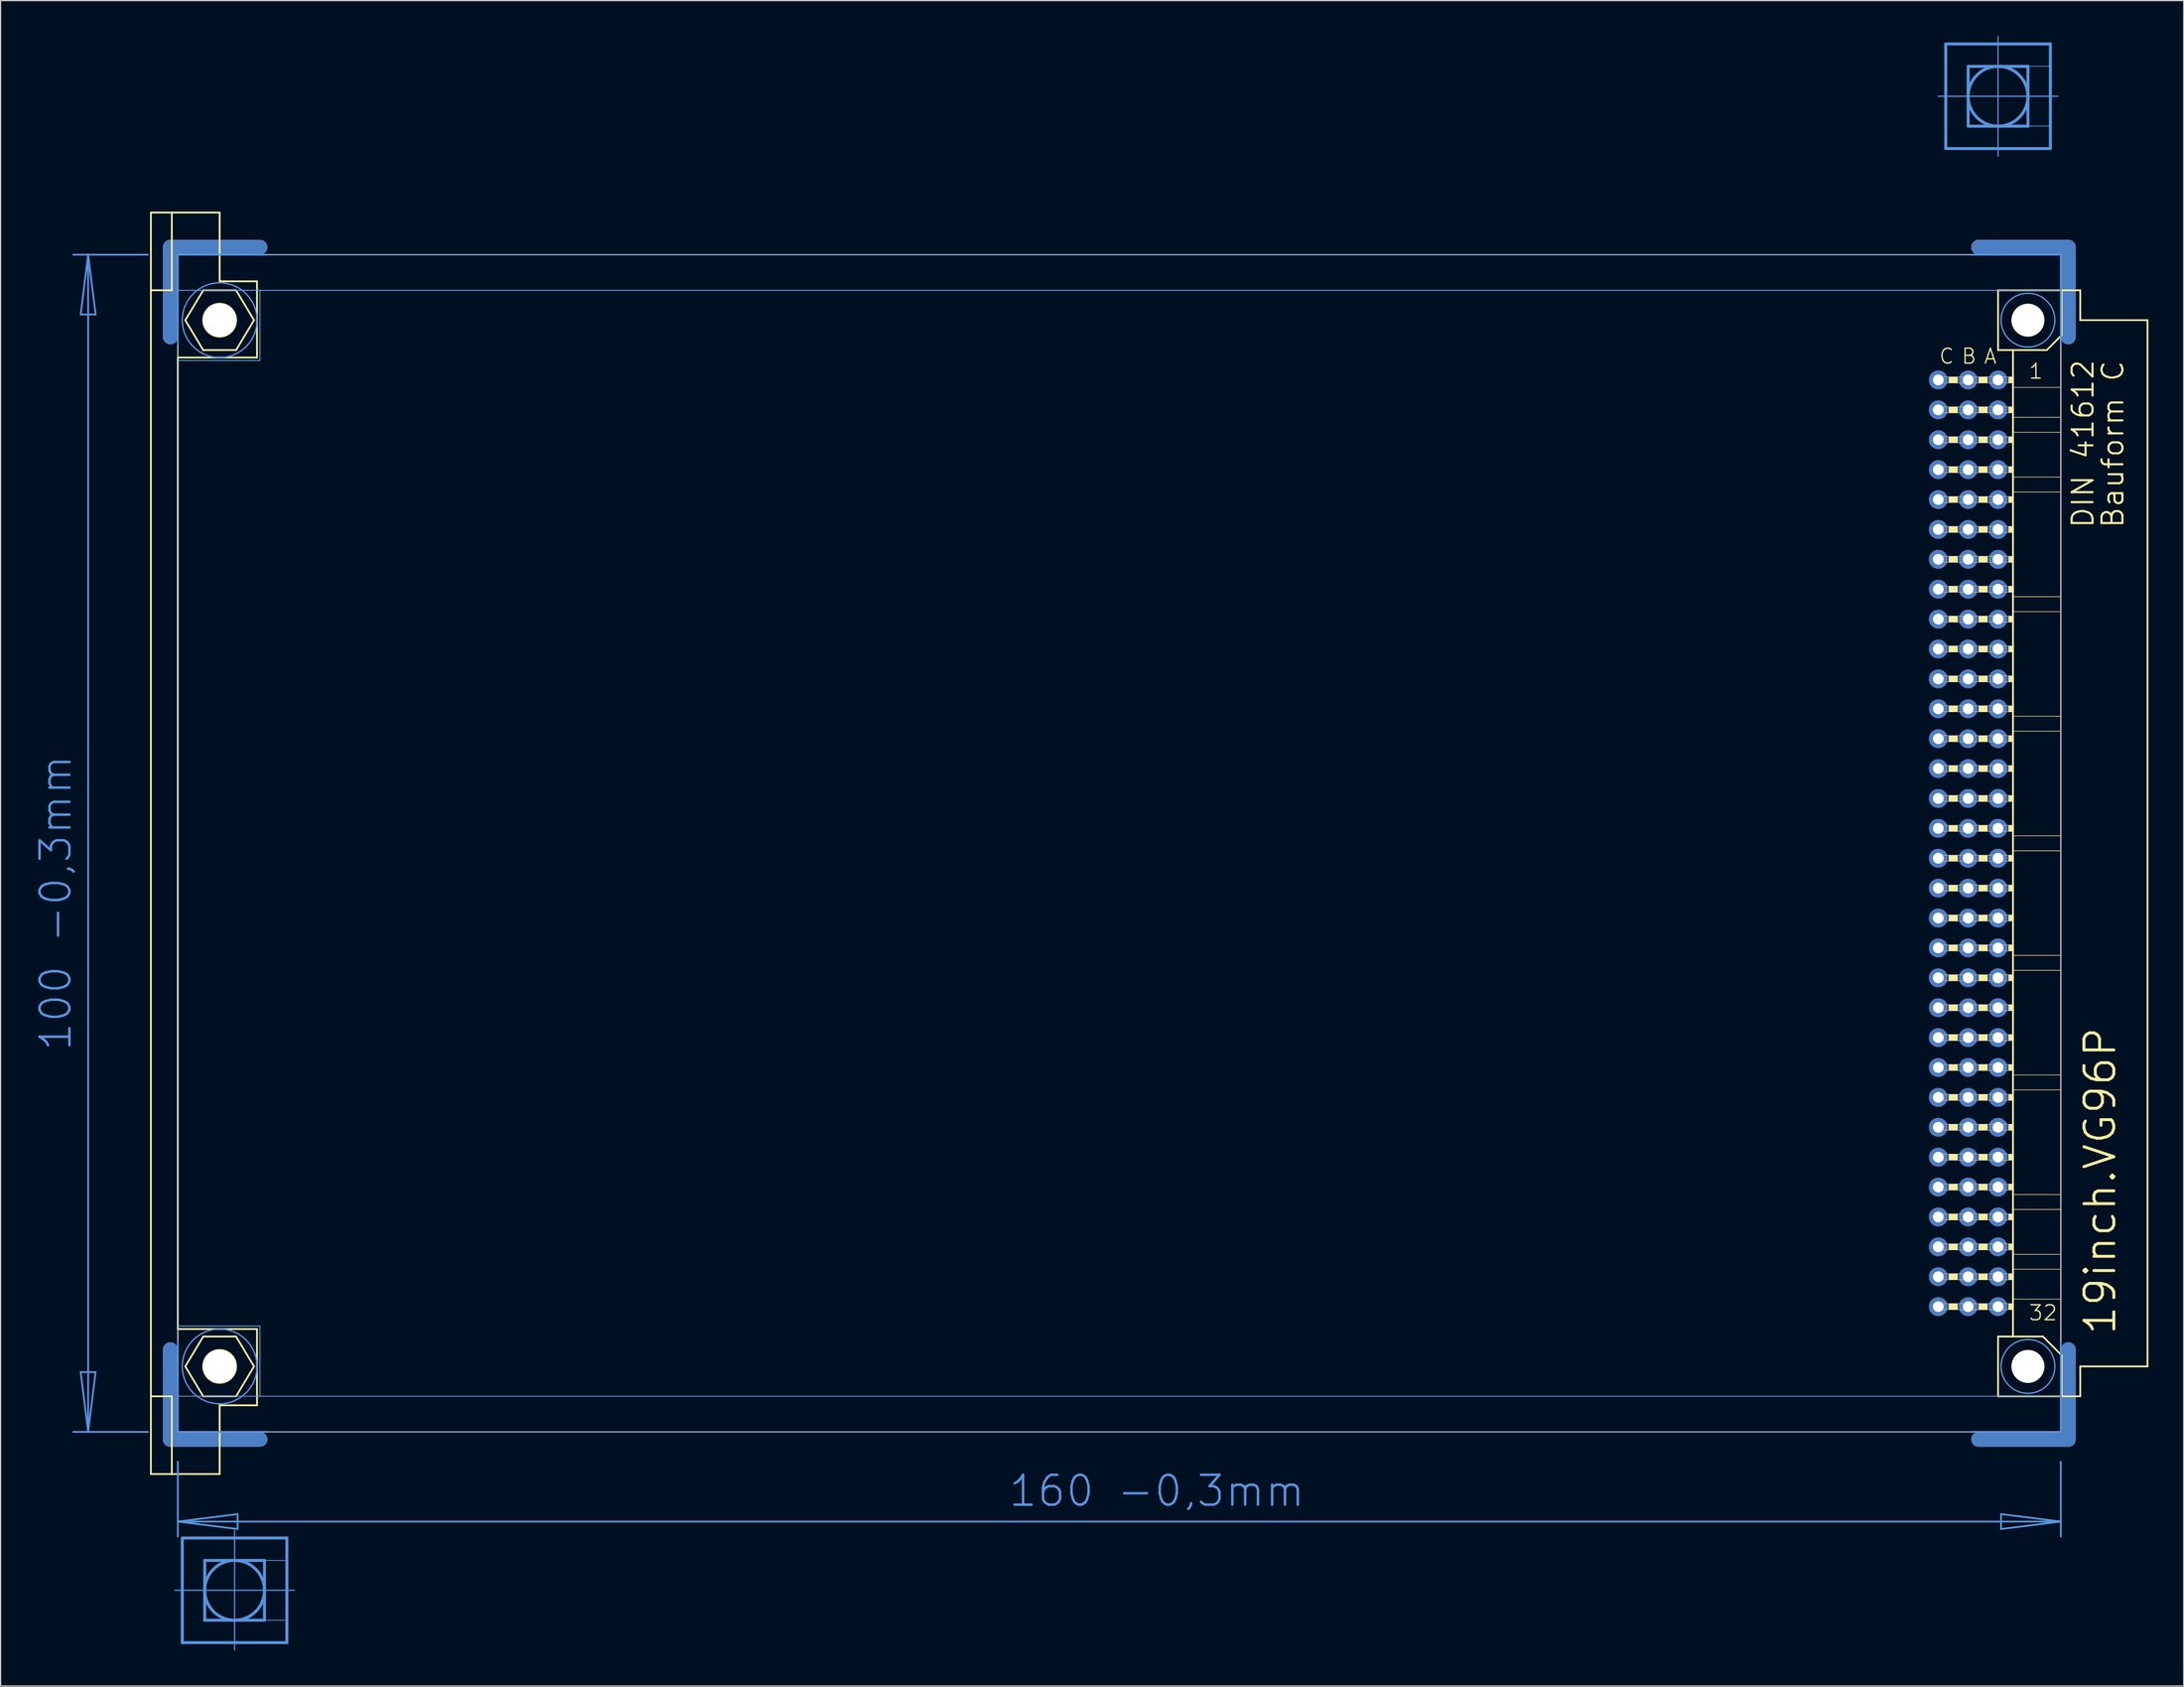
<source format=kicad_pcb>
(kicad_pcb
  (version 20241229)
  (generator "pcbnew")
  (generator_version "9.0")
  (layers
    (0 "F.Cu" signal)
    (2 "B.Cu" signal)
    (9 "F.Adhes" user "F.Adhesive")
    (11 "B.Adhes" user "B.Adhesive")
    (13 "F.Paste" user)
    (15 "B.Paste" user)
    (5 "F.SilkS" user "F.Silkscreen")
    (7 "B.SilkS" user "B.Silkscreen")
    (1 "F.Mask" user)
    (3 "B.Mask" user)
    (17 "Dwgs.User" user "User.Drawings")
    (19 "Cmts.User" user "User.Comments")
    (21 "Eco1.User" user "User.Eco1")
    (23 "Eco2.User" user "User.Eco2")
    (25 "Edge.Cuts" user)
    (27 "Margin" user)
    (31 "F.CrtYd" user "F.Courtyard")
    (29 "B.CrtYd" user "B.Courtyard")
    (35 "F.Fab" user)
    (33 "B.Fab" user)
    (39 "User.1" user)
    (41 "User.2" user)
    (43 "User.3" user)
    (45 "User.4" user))
  (footprint "19inch.VG96P"
    (layer "F.Cu")
    (at 11.806 68.605)
    (property "Reference" "19inch.VG96P" (at 165.1 41.91 90) (layer "F.SilkS") (effects (font (size 2.54 2.54) (thickness 0.25)) (justify left bottom)))
    (attr through_hole)
    (fp_line (start -0.381 -43.028) (end -0.381 -50.648) (stroke (width 1.27) (type default)) (layer "F.Cu"))
    (fp_line (start -0.381 43.028) (end -0.381 50.648) (stroke (width 1.27) (type default)) (layer "F.Cu"))
    (fp_line (start 7.239 -50.648) (end -0.381 -50.648) (stroke (width 1.27) (type default)) (layer "F.Cu"))
    (fp_line (start 7.239 50.648) (end -0.381 50.648) (stroke (width 1.27) (type default)) (layer "F.Cu"))
    (fp_line (start 153.289 -50.648) (end 160.909 -50.648) (stroke (width 1.27) (type default)) (layer "F.Cu"))
    (fp_line (start 153.289 50.648) (end 160.909 50.648) (stroke (width 1.27) (type default)) (layer "F.Cu"))
    (fp_line (start 160.909 -43.028) (end 160.909 -50.648) (stroke (width 1.27) (type default)) (layer "F.Cu"))
    (fp_line (start 160.909 43.028) (end 160.909 50.648) (stroke (width 1.27) (type default)) (layer "F.Cu"))
    (fp_line (start 0.254 -42.393) (end 0.254 -50.013) (stroke (width 0.152) (type default)) (layer "F.Mask"))
    (fp_line (start 0.254 42.393) (end 0.254 50.013) (stroke (width 0.152) (type default)) (layer "F.Mask"))
    (fp_line (start 7.874 -50.013) (end 0.254 -50.013) (stroke (width 0.152) (type default)) (layer "F.Mask"))
    (fp_line (start 7.874 50.013) (end 0.254 50.013) (stroke (width 0.152) (type default)) (layer "F.Mask"))
    (fp_line (start 152.654 -50.013) (end 160.274 -50.013) (stroke (width 0.152) (type default)) (layer "F.Mask"))
    (fp_line (start 152.654 50.013) (end 160.274 50.013) (stroke (width 0.152) (type default)) (layer "F.Mask"))
    (fp_line (start 160.274 -42.393) (end 160.274 -50.013) (stroke (width 0.152) (type default)) (layer "F.Mask"))
    (fp_line (start 160.274 42.393) (end 160.274 50.013) (stroke (width 0.152) (type default)) (layer "F.Mask"))
    (fp_line (start -0.381 -43.028) (end -0.381 -50.648) (stroke (width 1.27) (type default)) (layer "B.Cu"))
    (fp_line (start -0.381 43.028) (end -0.381 50.648) (stroke (width 1.27) (type default)) (layer "B.Cu"))
    (fp_line (start 7.239 -50.648) (end -0.381 -50.648) (stroke (width 1.27) (type default)) (layer "B.Cu"))
    (fp_line (start 7.239 50.648) (end -0.381 50.648) (stroke (width 1.27) (type default)) (layer "B.Cu"))
    (fp_line (start 153.289 -50.648) (end 160.909 -50.648) (stroke (width 1.27) (type default)) (layer "B.Cu"))
    (fp_line (start 153.289 50.648) (end 160.909 50.648) (stroke (width 1.27) (type default)) (layer "B.Cu"))
    (fp_line (start 160.909 -43.028) (end 160.909 -50.648) (stroke (width 1.27) (type default)) (layer "B.Cu"))
    (fp_line (start 160.909 43.028) (end 160.909 50.648) (stroke (width 1.27) (type default)) (layer "B.Cu"))
    (fp_line (start 0.254 -50.013) (end 7.874 -50.013) (stroke (width 0.152) (type default)) (layer "B.Mask"))
    (fp_line (start 0.254 -42.393) (end 0.254 -50.013) (stroke (width 0.152) (type default)) (layer "B.Mask"))
    (fp_line (start 0.254 50.013) (end 0.254 42.393) (stroke (width 0.152) (type default)) (layer "B.Mask"))
    (fp_line (start 7.874 50.013) (end 0.254 50.013) (stroke (width 0.152) (type default)) (layer "B.Mask"))
    (fp_line (start 152.654 -50.013) (end 160.274 -50.013) (stroke (width 0.152) (type default)) (layer "B.Mask"))
    (fp_line (start 160.274 -50.013) (end 160.274 -42.393) (stroke (width 0.152) (type default)) (layer "B.Mask"))
    (fp_line (start 160.274 42.393) (end 160.274 50.013) (stroke (width 0.152) (type default)) (layer "B.Mask"))
    (fp_line (start 160.274 50.013) (end 152.654 50.013) (stroke (width 0.152) (type default)) (layer "B.Mask"))
    (fp_line (start -2.032 -53.594) (end -0.254 -53.594) (stroke (width 0.152) (type default)) (layer "F.SilkS"))
    (fp_line (start -2.032 -46.99) (end -2.032 -53.594) (stroke (width 0.152) (type default)) (layer "F.SilkS"))
    (fp_line (start -2.032 -46.99) (end -0.254 -46.99) (stroke (width 0.152) (type default)) (layer "F.SilkS"))
    (fp_line (start -2.032 46.99) (end -2.032 -46.99) (stroke (width 0.152) (type default)) (layer "F.SilkS"))
    (fp_line (start -2.032 46.99) (end -0.254 46.99) (stroke (width 0.152) (type default)) (layer "F.SilkS"))
    (fp_line (start -2.032 53.594) (end -2.032 46.99) (stroke (width 0.152) (type default)) (layer "F.SilkS"))
    (fp_line (start -2.032 53.594) (end -0.254 53.594) (stroke (width 0.152) (type default)) (layer "F.SilkS"))
    (fp_line (start -0.254 -53.594) (end -0.254 -46.99) (stroke (width 0.152) (type default)) (layer "F.SilkS"))
    (fp_line (start -0.254 -53.594) (end 3.81 -53.594) (stroke (width 0.152) (type default)) (layer "F.SilkS"))
    (fp_line (start -0.254 53.594) (end -0.254 46.99) (stroke (width 0.152) (type default)) (layer "F.SilkS"))
    (fp_line (start -0.254 53.594) (end 3.81 53.594) (stroke (width 0.152) (type default)) (layer "F.SilkS"))
    (fp_line (start 0.254 -41.275) (end 0.254 41.275) (stroke (width 0.152) (type default)) (layer "F.SilkS"))
    (fp_line (start 0.254 -41.275) (end 6.985 -41.275) (stroke (width 0.152) (type default)) (layer "F.SilkS"))
    (fp_line (start 0.254 41.275) (end 6.985 41.275) (stroke (width 0.152) (type default)) (layer "F.SilkS"))
    (fp_line (start 0.889 -44.45) (end 2.413 -46.99) (stroke (width 0.152) (type default)) (layer "F.SilkS"))
    (fp_line (start 0.889 44.45) (end 2.413 46.99) (stroke (width 0.152) (type default)) (layer "F.SilkS"))
    (fp_line (start 2.413 -46.99) (end 5.207 -46.99) (stroke (width 0.152) (type default)) (layer "F.SilkS"))
    (fp_line (start 2.413 -41.91) (end 0.889 -44.45) (stroke (width 0.152) (type default)) (layer "F.SilkS"))
    (fp_line (start 2.413 41.91) (end 0.889 44.45) (stroke (width 0.152) (type default)) (layer "F.SilkS"))
    (fp_line (start 2.413 46.99) (end 5.207 46.99) (stroke (width 0.152) (type default)) (layer "F.SilkS"))
    (fp_line (start 3.81 -53.594) (end 3.81 -47.752) (stroke (width 0.152) (type default)) (layer "F.SilkS"))
    (fp_line (start 3.81 -47.752) (end 6.985 -47.752) (stroke (width 0.152) (type default)) (layer "F.SilkS"))
    (fp_line (start 3.81 47.752) (end 6.985 47.752) (stroke (width 0.152) (type default)) (layer "F.SilkS"))
    (fp_line (start 3.81 53.594) (end 3.81 47.752) (stroke (width 0.152) (type default)) (layer "F.SilkS"))
    (fp_line (start 5.207 -46.99) (end 6.731 -44.45) (stroke (width 0.152) (type default)) (layer "F.SilkS"))
    (fp_line (start 5.207 -41.91) (end 2.413 -41.91) (stroke (width 0.152) (type default)) (layer "F.SilkS"))
    (fp_line (start 5.207 41.91) (end 2.413 41.91) (stroke (width 0.152) (type default)) (layer "F.SilkS"))
    (fp_line (start 5.207 46.99) (end 6.731 44.45) (stroke (width 0.152) (type default)) (layer "F.SilkS"))
    (fp_line (start 6.731 -44.45) (end 5.207 -41.91) (stroke (width 0.152) (type default)) (layer "F.SilkS"))
    (fp_line (start 6.731 44.45) (end 5.207 41.91) (stroke (width 0.152) (type default)) (layer "F.SilkS"))
    (fp_line (start 6.985 -47.752) (end 6.985 -41.275) (stroke (width 0.152) (type default)) (layer "F.SilkS"))
    (fp_line (start 6.985 47.752) (end 6.985 41.275) (stroke (width 0.152) (type default)) (layer "F.SilkS"))
    (fp_line (start 154.94 -46.99) (end 154.94 -41.91) (stroke (width 0.152) (type default)) (layer "F.SilkS"))
    (fp_line (start 154.94 -41.91) (end 156.21 -41.91) (stroke (width 0.152) (type default)) (layer "F.SilkS"))
    (fp_line (start 154.94 41.91) (end 154.94 46.99) (stroke (width 0.152) (type default)) (layer "F.SilkS"))
    (fp_line (start 154.94 41.91) (end 156.21 41.91) (stroke (width 0.152) (type default)) (layer "F.SilkS"))
    (fp_line (start 154.94 46.99) (end 160.35 46.99) (stroke (width 0.152) (type default)) (layer "F.SilkS"))
    (fp_line (start 156.21 -41.91) (end 156.21 -38.735) (stroke (width 0.152) (type default)) (layer "F.SilkS"))
    (fp_line (start 156.21 -41.91) (end 159.08 -41.91) (stroke (width 0.152) (type default)) (layer "F.SilkS"))
    (fp_line (start 156.21 -38.735) (end 156.21 -36.195) (stroke (width 0.152) (type default)) (layer "F.SilkS"))
    (fp_line (start 156.21 -36.195) (end 156.21 -34.925) (stroke (width 0.152) (type default)) (layer "F.SilkS"))
    (fp_line (start 156.21 -34.925) (end 156.21 -31.115) (stroke (width 0.152) (type default)) (layer "F.SilkS"))
    (fp_line (start 156.21 -31.115) (end 156.21 -29.845) (stroke (width 0.152) (type default)) (layer "F.SilkS"))
    (fp_line (start 156.21 -29.845) (end 156.21 -20.955) (stroke (width 0.152) (type default)) (layer "F.SilkS"))
    (fp_line (start 156.21 -20.955) (end 156.21 -19.685) (stroke (width 0.152) (type default)) (layer "F.SilkS"))
    (fp_line (start 156.21 -19.685) (end 156.21 -10.795) (stroke (width 0.152) (type default)) (layer "F.SilkS"))
    (fp_line (start 156.21 -10.795) (end 156.21 -9.525) (stroke (width 0.152) (type default)) (layer "F.SilkS"))
    (fp_line (start 156.21 -9.525) (end 156.21 -0.635) (stroke (width 0.152) (type default)) (layer "F.SilkS"))
    (fp_line (start 156.21 -0.635) (end 156.21 0.635) (stroke (width 0.152) (type default)) (layer "F.SilkS"))
    (fp_line (start 156.21 0.635) (end 156.21 9.525) (stroke (width 0.152) (type default)) (layer "F.SilkS"))
    (fp_line (start 156.21 9.525) (end 156.21 10.795) (stroke (width 0.152) (type default)) (layer "F.SilkS"))
    (fp_line (start 156.21 10.795) (end 156.21 19.685) (stroke (width 0.152) (type default)) (layer "F.SilkS"))
    (fp_line (start 156.21 19.685) (end 156.21 20.955) (stroke (width 0.152) (type default)) (layer "F.SilkS"))
    (fp_line (start 156.21 20.955) (end 156.21 29.845) (stroke (width 0.152) (type default)) (layer "F.SilkS"))
    (fp_line (start 156.21 29.845) (end 156.21 31.115) (stroke (width 0.152) (type default)) (layer "F.SilkS"))
    (fp_line (start 156.21 31.115) (end 156.21 34.925) (stroke (width 0.152) (type default)) (layer "F.SilkS"))
    (fp_line (start 156.21 34.925) (end 156.21 36.195) (stroke (width 0.152) (type default)) (layer "F.SilkS"))
    (fp_line (start 156.21 36.195) (end 156.21 38.735) (stroke (width 0.152) (type default)) (layer "F.SilkS"))
    (fp_line (start 156.21 38.735) (end 156.21 41.91) (stroke (width 0.152) (type default)) (layer "F.SilkS"))
    (fp_line (start 156.21 41.91) (end 158.75 41.91) (stroke (width 0.152) (type default)) (layer "F.SilkS"))
    (fp_line (start 159.08 -41.91) (end 160.35 -43.18) (stroke (width 0.152) (type default)) (layer "F.SilkS"))
    (fp_line (start 160.274 -38.735) (end 156.21 -38.735) (stroke (width 0.051) (type default)) (layer "F.SilkS"))
    (fp_line (start 160.274 -38.735) (end 160.274 -36.195) (stroke (width 0.051) (type default)) (layer "F.SilkS"))
    (fp_line (start 160.274 -36.195) (end 156.21 -36.195) (stroke (width 0.051) (type default)) (layer "F.SilkS"))
    (fp_line (start 160.274 -34.925) (end 156.21 -34.925) (stroke (width 0.051) (type default)) (layer "F.SilkS"))
    (fp_line (start 160.274 -34.925) (end 160.274 -31.115) (stroke (width 0.051) (type default)) (layer "F.SilkS"))
    (fp_line (start 160.274 -31.115) (end 156.21 -31.115) (stroke (width 0.051) (type default)) (layer "F.SilkS"))
    (fp_line (start 160.274 -29.845) (end 156.21 -29.845) (stroke (width 0.051) (type default)) (layer "F.SilkS"))
    (fp_line (start 160.274 -29.845) (end 160.274 -20.955) (stroke (width 0.051) (type default)) (layer "F.SilkS"))
    (fp_line (start 160.274 -20.955) (end 156.21 -20.955) (stroke (width 0.051) (type default)) (layer "F.SilkS"))
    (fp_line (start 160.274 -19.685) (end 156.21 -19.685) (stroke (width 0.051) (type default)) (layer "F.SilkS"))
    (fp_line (start 160.274 -19.685) (end 160.274 -10.795) (stroke (width 0.051) (type default)) (layer "F.SilkS"))
    (fp_line (start 160.274 -10.795) (end 156.21 -10.795) (stroke (width 0.051) (type default)) (layer "F.SilkS"))
    (fp_line (start 160.274 -9.525) (end 156.21 -9.525) (stroke (width 0.051) (type default)) (layer "F.SilkS"))
    (fp_line (start 160.274 -9.525) (end 160.274 -0.635) (stroke (width 0.051) (type default)) (layer "F.SilkS"))
    (fp_line (start 160.274 -0.635) (end 156.21 -0.635) (stroke (width 0.051) (type default)) (layer "F.SilkS"))
    (fp_line (start 160.274 0.635) (end 156.21 0.635) (stroke (width 0.051) (type default)) (layer "F.SilkS"))
    (fp_line (start 160.274 0.635) (end 160.274 9.525) (stroke (width 0.051) (type default)) (layer "F.SilkS"))
    (fp_line (start 160.274 9.525) (end 156.21 9.525) (stroke (width 0.051) (type default)) (layer "F.SilkS"))
    (fp_line (start 160.274 10.795) (end 156.21 10.795) (stroke (width 0.051) (type default)) (layer "F.SilkS"))
    (fp_line (start 160.274 10.795) (end 160.274 19.685) (stroke (width 0.051) (type default)) (layer "F.SilkS"))
    (fp_line (start 160.274 19.685) (end 156.21 19.685) (stroke (width 0.051) (type default)) (layer "F.SilkS"))
    (fp_line (start 160.274 20.955) (end 156.21 20.955) (stroke (width 0.051) (type default)) (layer "F.SilkS"))
    (fp_line (start 160.274 20.955) (end 160.274 29.845) (stroke (width 0.051) (type default)) (layer "F.SilkS"))
    (fp_line (start 160.274 29.845) (end 156.21 29.845) (stroke (width 0.051) (type default)) (layer "F.SilkS"))
    (fp_line (start 160.274 31.115) (end 156.21 31.115) (stroke (width 0.051) (type default)) (layer "F.SilkS"))
    (fp_line (start 160.274 31.115) (end 160.274 34.925) (stroke (width 0.051) (type default)) (layer "F.SilkS"))
    (fp_line (start 160.274 34.925) (end 156.21 34.925) (stroke (width 0.051) (type default)) (layer "F.SilkS"))
    (fp_line (start 160.274 36.195) (end 156.21 36.195) (stroke (width 0.051) (type default)) (layer "F.SilkS"))
    (fp_line (start 160.274 36.195) (end 160.274 38.735) (stroke (width 0.051) (type default)) (layer "F.SilkS"))
    (fp_line (start 160.274 38.735) (end 156.21 38.735) (stroke (width 0.051) (type default)) (layer "F.SilkS"))
    (fp_line (start 160.35 -46.99) (end 154.94 -46.99) (stroke (width 0.152) (type default)) (layer "F.SilkS"))
    (fp_line (start 160.35 -43.18) (end 160.35 -46.99) (stroke (width 0.152) (type default)) (layer "F.SilkS"))
    (fp_line (start 160.35 43.51) (end 158.75 41.91) (stroke (width 0.152) (type default)) (layer "F.SilkS"))
    (fp_line (start 160.35 43.51) (end 160.35 46.99) (stroke (width 0.152) (type default)) (layer "F.SilkS"))
    (fp_line (start 160.35 46.99) (end 161.925 46.99) (stroke (width 0.152) (type default)) (layer "F.SilkS"))
    (fp_line (start 161.925 -46.99) (end 160.35 -46.99) (stroke (width 0.152) (type default)) (layer "F.SilkS"))
    (fp_line (start 161.925 -44.45) (end 161.925 -46.99) (stroke (width 0.152) (type default)) (layer "F.SilkS"))
    (fp_line (start 161.925 44.45) (end 167.64 44.45) (stroke (width 0.152) (type default)) (layer "F.SilkS"))
    (fp_line (start 161.925 46.99) (end 161.925 44.45) (stroke (width 0.152) (type default)) (layer "F.SilkS"))
    (fp_line (start 167.64 -44.45) (end 161.925 -44.45) (stroke (width 0.152) (type default)) (layer "F.SilkS"))
    (fp_line (start 167.64 44.45) (end 167.64 -44.45) (stroke (width 0.152) (type default)) (layer "F.SilkS"))
    (fp_rect (start 150.749 -39.116) (end 151.511 -39.624) (stroke (width 0.05) (type default)) (fill yes) (layer "F.SilkS"))
    (fp_rect (start 150.749 -36.576) (end 151.511 -37.084) (stroke (width 0.05) (type default)) (fill yes) (layer "F.SilkS"))
    (fp_rect (start 150.749 -34.036) (end 151.511 -34.544) (stroke (width 0.05) (type default)) (fill yes) (layer "F.SilkS"))
    (fp_rect (start 150.749 -31.496) (end 151.511 -32.004) (stroke (width 0.05) (type default)) (fill yes) (layer "F.SilkS"))
    (fp_rect (start 150.749 -28.956) (end 151.511 -29.464) (stroke (width 0.05) (type default)) (fill yes) (layer "F.SilkS"))
    (fp_rect (start 150.749 -26.416) (end 151.511 -26.924) (stroke (width 0.05) (type default)) (fill yes) (layer "F.SilkS"))
    (fp_rect (start 150.749 -23.876) (end 151.511 -24.384) (stroke (width 0.05) (type default)) (fill yes) (layer "F.SilkS"))
    (fp_rect (start 150.749 -21.336) (end 151.511 -21.844) (stroke (width 0.05) (type default)) (fill yes) (layer "F.SilkS"))
    (fp_rect (start 150.749 -18.796) (end 151.511 -19.304) (stroke (width 0.05) (type default)) (fill yes) (layer "F.SilkS"))
    (fp_rect (start 150.749 -16.256) (end 151.511 -16.764) (stroke (width 0.05) (type default)) (fill yes) (layer "F.SilkS"))
    (fp_rect (start 150.749 -13.716) (end 151.511 -14.224) (stroke (width 0.05) (type default)) (fill yes) (layer "F.SilkS"))
    (fp_rect (start 150.749 -11.176) (end 151.511 -11.684) (stroke (width 0.05) (type default)) (fill yes) (layer "F.SilkS"))
    (fp_rect (start 150.749 -8.636) (end 151.511 -9.144) (stroke (width 0.05) (type default)) (fill yes) (layer "F.SilkS"))
    (fp_rect (start 150.749 -6.096) (end 151.511 -6.604) (stroke (width 0.05) (type default)) (fill yes) (layer "F.SilkS"))
    (fp_rect (start 150.749 -3.556) (end 151.511 -4.064) (stroke (width 0.05) (type default)) (fill yes) (layer "F.SilkS"))
    (fp_rect (start 150.749 -1.016) (end 151.511 -1.524) (stroke (width 0.05) (type default)) (fill yes) (layer "F.SilkS"))
    (fp_rect (start 150.749 1.524) (end 151.511 1.016) (stroke (width 0.05) (type default)) (fill yes) (layer "F.SilkS"))
    (fp_rect (start 150.749 4.064) (end 151.511 3.556) (stroke (width 0.05) (type default)) (fill yes) (layer "F.SilkS"))
    (fp_rect (start 150.749 6.604) (end 151.511 6.096) (stroke (width 0.05) (type default)) (fill yes) (layer "F.SilkS"))
    (fp_rect (start 150.749 9.144) (end 151.511 8.636) (stroke (width 0.05) (type default)) (fill yes) (layer "F.SilkS"))
    (fp_rect (start 150.749 11.684) (end 151.511 11.176) (stroke (width 0.05) (type default)) (fill yes) (layer "F.SilkS"))
    (fp_rect (start 150.749 14.224) (end 151.511 13.716) (stroke (width 0.05) (type default)) (fill yes) (layer "F.SilkS"))
    (fp_rect (start 150.749 16.764) (end 151.511 16.256) (stroke (width 0.05) (type default)) (fill yes) (layer "F.SilkS"))
    (fp_rect (start 150.749 19.304) (end 151.511 18.796) (stroke (width 0.05) (type default)) (fill yes) (layer "F.SilkS"))
    (fp_rect (start 150.749 21.844) (end 151.511 21.336) (stroke (width 0.05) (type default)) (fill yes) (layer "F.SilkS"))
    (fp_rect (start 150.749 24.384) (end 151.511 23.876) (stroke (width 0.05) (type default)) (fill yes) (layer "F.SilkS"))
    (fp_rect (start 150.749 26.924) (end 151.511 26.416) (stroke (width 0.05) (type default)) (fill yes) (layer "F.SilkS"))
    (fp_rect (start 150.749 29.464) (end 151.511 28.956) (stroke (width 0.05) (type default)) (fill yes) (layer "F.SilkS"))
    (fp_rect (start 150.749 32.004) (end 151.511 31.496) (stroke (width 0.05) (type default)) (fill yes) (layer "F.SilkS"))
    (fp_rect (start 150.749 34.544) (end 151.511 34.036) (stroke (width 0.05) (type default)) (fill yes) (layer "F.SilkS"))
    (fp_rect (start 150.749 37.084) (end 151.511 36.576) (stroke (width 0.05) (type default)) (fill yes) (layer "F.SilkS"))
    (fp_rect (start 150.749 39.624) (end 151.511 39.116) (stroke (width 0.05) (type default)) (fill yes) (layer "F.SilkS"))
    (fp_rect (start 153.289 -39.116) (end 154.051 -39.624) (stroke (width 0.05) (type default)) (fill yes) (layer "F.SilkS"))
    (fp_rect (start 153.289 -36.576) (end 154.051 -37.084) (stroke (width 0.05) (type default)) (fill yes) (layer "F.SilkS"))
    (fp_rect (start 153.289 -34.036) (end 154.051 -34.544) (stroke (width 0.05) (type default)) (fill yes) (layer "F.SilkS"))
    (fp_rect (start 153.289 -31.496) (end 154.051 -32.004) (stroke (width 0.05) (type default)) (fill yes) (layer "F.SilkS"))
    (fp_rect (start 153.289 -28.956) (end 154.051 -29.464) (stroke (width 0.05) (type default)) (fill yes) (layer "F.SilkS"))
    (fp_rect (start 153.289 -26.416) (end 154.051 -26.924) (stroke (width 0.05) (type default)) (fill yes) (layer "F.SilkS"))
    (fp_rect (start 153.289 -23.876) (end 154.051 -24.384) (stroke (width 0.05) (type default)) (fill yes) (layer "F.SilkS"))
    (fp_rect (start 153.289 -21.336) (end 154.051 -21.844) (stroke (width 0.05) (type default)) (fill yes) (layer "F.SilkS"))
    (fp_rect (start 153.289 -18.796) (end 154.051 -19.304) (stroke (width 0.05) (type default)) (fill yes) (layer "F.SilkS"))
    (fp_rect (start 153.289 -16.256) (end 154.051 -16.764) (stroke (width 0.05) (type default)) (fill yes) (layer "F.SilkS"))
    (fp_rect (start 153.289 -13.716) (end 154.051 -14.224) (stroke (width 0.05) (type default)) (fill yes) (layer "F.SilkS"))
    (fp_rect (start 153.289 -11.176) (end 154.051 -11.684) (stroke (width 0.05) (type default)) (fill yes) (layer "F.SilkS"))
    (fp_rect (start 153.289 -8.636) (end 154.051 -9.144) (stroke (width 0.05) (type default)) (fill yes) (layer "F.SilkS"))
    (fp_rect (start 153.289 -6.096) (end 154.051 -6.604) (stroke (width 0.05) (type default)) (fill yes) (layer "F.SilkS"))
    (fp_rect (start 153.289 -3.556) (end 154.051 -4.064) (stroke (width 0.05) (type default)) (fill yes) (layer "F.SilkS"))
    (fp_rect (start 153.289 -1.016) (end 154.051 -1.524) (stroke (width 0.05) (type default)) (fill yes) (layer "F.SilkS"))
    (fp_rect (start 153.289 1.524) (end 154.051 1.016) (stroke (width 0.05) (type default)) (fill yes) (layer "F.SilkS"))
    (fp_rect (start 153.289 4.064) (end 154.051 3.556) (stroke (width 0.05) (type default)) (fill yes) (layer "F.SilkS"))
    (fp_rect (start 153.289 6.604) (end 154.051 6.096) (stroke (width 0.05) (type default)) (fill yes) (layer "F.SilkS"))
    (fp_rect (start 153.289 9.144) (end 154.051 8.636) (stroke (width 0.05) (type default)) (fill yes) (layer "F.SilkS"))
    (fp_rect (start 153.289 11.684) (end 154.051 11.176) (stroke (width 0.05) (type default)) (fill yes) (layer "F.SilkS"))
    (fp_rect (start 153.289 14.224) (end 154.051 13.716) (stroke (width 0.05) (type default)) (fill yes) (layer "F.SilkS"))
    (fp_rect (start 153.289 16.764) (end 154.051 16.256) (stroke (width 0.05) (type default)) (fill yes) (layer "F.SilkS"))
    (fp_rect (start 153.289 19.304) (end 154.051 18.796) (stroke (width 0.05) (type default)) (fill yes) (layer "F.SilkS"))
    (fp_rect (start 153.289 21.844) (end 154.051 21.336) (stroke (width 0.05) (type default)) (fill yes) (layer "F.SilkS"))
    (fp_rect (start 153.289 24.384) (end 154.051 23.876) (stroke (width 0.05) (type default)) (fill yes) (layer "F.SilkS"))
    (fp_rect (start 153.289 26.924) (end 154.051 26.416) (stroke (width 0.05) (type default)) (fill yes) (layer "F.SilkS"))
    (fp_rect (start 153.289 29.464) (end 154.051 28.956) (stroke (width 0.05) (type default)) (fill yes) (layer "F.SilkS"))
    (fp_rect (start 153.289 32.004) (end 154.051 31.496) (stroke (width 0.05) (type default)) (fill yes) (layer "F.SilkS"))
    (fp_rect (start 153.289 34.544) (end 154.051 34.036) (stroke (width 0.05) (type default)) (fill yes) (layer "F.SilkS"))
    (fp_rect (start 153.289 37.084) (end 154.051 36.576) (stroke (width 0.05) (type default)) (fill yes) (layer "F.SilkS"))
    (fp_rect (start 153.289 39.624) (end 154.051 39.116) (stroke (width 0.05) (type default)) (fill yes) (layer "F.SilkS"))
    (fp_rect (start 155.829 -39.116) (end 156.21 -39.624) (stroke (width 0.05) (type default)) (fill yes) (layer "F.SilkS"))
    (fp_rect (start 155.829 -36.576) (end 156.21 -37.084) (stroke (width 0.05) (type default)) (fill yes) (layer "F.SilkS"))
    (fp_rect (start 155.829 -34.036) (end 156.21 -34.544) (stroke (width 0.05) (type default)) (fill yes) (layer "F.SilkS"))
    (fp_rect (start 155.829 -31.496) (end 156.21 -32.004) (stroke (width 0.05) (type default)) (fill yes) (layer "F.SilkS"))
    (fp_rect (start 155.829 -28.956) (end 156.21 -29.464) (stroke (width 0.05) (type default)) (fill yes) (layer "F.SilkS"))
    (fp_rect (start 155.829 -26.416) (end 156.21 -26.924) (stroke (width 0.05) (type default)) (fill yes) (layer "F.SilkS"))
    (fp_rect (start 155.829 -23.876) (end 156.21 -24.384) (stroke (width 0.05) (type default)) (fill yes) (layer "F.SilkS"))
    (fp_rect (start 155.829 -21.336) (end 156.21 -21.844) (stroke (width 0.05) (type default)) (fill yes) (layer "F.SilkS"))
    (fp_rect (start 155.829 -18.796) (end 156.21 -19.304) (stroke (width 0.05) (type default)) (fill yes) (layer "F.SilkS"))
    (fp_rect (start 155.829 -16.256) (end 156.21 -16.764) (stroke (width 0.05) (type default)) (fill yes) (layer "F.SilkS"))
    (fp_rect (start 155.829 -13.716) (end 156.21 -14.224) (stroke (width 0.05) (type default)) (fill yes) (layer "F.SilkS"))
    (fp_rect (start 155.829 -11.176) (end 156.21 -11.684) (stroke (width 0.05) (type default)) (fill yes) (layer "F.SilkS"))
    (fp_rect (start 155.829 -8.636) (end 156.21 -9.144) (stroke (width 0.05) (type default)) (fill yes) (layer "F.SilkS"))
    (fp_rect (start 155.829 -6.096) (end 156.21 -6.604) (stroke (width 0.05) (type default)) (fill yes) (layer "F.SilkS"))
    (fp_rect (start 155.829 -3.556) (end 156.21 -4.064) (stroke (width 0.05) (type default)) (fill yes) (layer "F.SilkS"))
    (fp_rect (start 155.829 -1.016) (end 156.21 -1.524) (stroke (width 0.05) (type default)) (fill yes) (layer "F.SilkS"))
    (fp_rect (start 155.829 1.524) (end 156.21 1.016) (stroke (width 0.05) (type default)) (fill yes) (layer "F.SilkS"))
    (fp_rect (start 155.829 4.064) (end 156.21 3.556) (stroke (width 0.05) (type default)) (fill yes) (layer "F.SilkS"))
    (fp_rect (start 155.829 6.604) (end 156.21 6.096) (stroke (width 0.05) (type default)) (fill yes) (layer "F.SilkS"))
    (fp_rect (start 155.829 9.144) (end 156.21 8.636) (stroke (width 0.05) (type default)) (fill yes) (layer "F.SilkS"))
    (fp_rect (start 155.829 11.684) (end 156.21 11.176) (stroke (width 0.05) (type default)) (fill yes) (layer "F.SilkS"))
    (fp_rect (start 155.829 14.224) (end 156.21 13.716) (stroke (width 0.05) (type default)) (fill yes) (layer "F.SilkS"))
    (fp_rect (start 155.829 16.764) (end 156.21 16.256) (stroke (width 0.05) (type default)) (fill yes) (layer "F.SilkS"))
    (fp_rect (start 155.829 19.304) (end 156.21 18.796) (stroke (width 0.05) (type default)) (fill yes) (layer "F.SilkS"))
    (fp_rect (start 155.829 21.844) (end 156.21 21.336) (stroke (width 0.05) (type default)) (fill yes) (layer "F.SilkS"))
    (fp_rect (start 155.829 24.384) (end 156.21 23.876) (stroke (width 0.05) (type default)) (fill yes) (layer "F.SilkS"))
    (fp_rect (start 155.829 26.924) (end 156.21 26.416) (stroke (width 0.05) (type default)) (fill yes) (layer "F.SilkS"))
    (fp_rect (start 155.829 29.464) (end 156.21 28.956) (stroke (width 0.05) (type default)) (fill yes) (layer "F.SilkS"))
    (fp_rect (start 155.829 32.004) (end 156.21 31.496) (stroke (width 0.05) (type default)) (fill yes) (layer "F.SilkS"))
    (fp_rect (start 155.829 34.544) (end 156.21 34.036) (stroke (width 0.05) (type default)) (fill yes) (layer "F.SilkS"))
    (fp_rect (start 155.829 37.084) (end 156.21 36.576) (stroke (width 0.05) (type default)) (fill yes) (layer "F.SilkS"))
    (fp_rect (start 155.829 39.624) (end 156.21 39.116) (stroke (width 0.05) (type default)) (fill yes) (layer "F.SilkS"))
    (fp_circle (center 3.81 -44.45) (end 5.207 -44.45) (stroke (width 0.152) (type default)) (fill no) (layer "F.SilkS"))
    (fp_circle (center 3.81 44.45) (end 5.207 44.45) (stroke (width 0.152) (type default)) (fill no) (layer "F.SilkS"))
    (fp_circle (center 157.48 -44.45) (end 158.75 -44.45) (stroke (width 0.152) (type default)) (fill no) (layer "F.SilkS"))
    (fp_circle (center 157.48 44.45) (end 158.75 44.45) (stroke (width 0.152) (type default)) (fill no) (layer "F.SilkS"))
    (fp_line (start -8.636 -50.013) (end -7.366 -50.013) (stroke (width 0.152) (type default)) (layer "Cmts.User"))
    (fp_line (start -8.636 50.013) (end -7.366 50.013) (stroke (width 0.152) (type default)) (layer "Cmts.User"))
    (fp_line (start -8.001 -44.933) (end -7.366 -50.013) (stroke (width 0.152) (type default)) (layer "Cmts.User"))
    (fp_line (start -8.001 44.933) (end -6.731 44.933) (stroke (width 0.152) (type default)) (layer "Cmts.User"))
    (fp_line (start -7.366 -50.013) (end -6.731 -44.933) (stroke (width 0.152) (type default)) (layer "Cmts.User"))
    (fp_line (start -7.366 -50.013) (end -2.286 -50.013) (stroke (width 0.152) (type default)) (layer "Cmts.User"))
    (fp_line (start -7.366 50.013) (end -8.001 44.933) (stroke (width 0.152) (type default)) (layer "Cmts.User"))
    (fp_line (start -7.366 50.013) (end -7.366 -50.013) (stroke (width 0.152) (type default)) (layer "Cmts.User"))
    (fp_line (start -7.366 50.013) (end -2.286 50.013) (stroke (width 0.152) (type default)) (layer "Cmts.User"))
    (fp_line (start -6.731 -44.933) (end -8.001 -44.933) (stroke (width 0.152) (type default)) (layer "Cmts.User"))
    (fp_line (start -6.731 44.933) (end -7.366 50.013) (stroke (width 0.152) (type default)) (layer "Cmts.User"))
    (fp_line (start 0 63.475) (end 0.635 63.475) (stroke (width 0.102) (type default)) (layer "Cmts.User"))
    (fp_line (start 0.254 -50.013) (end 7.874 -50.013) (stroke (width 0.152) (type default)) (layer "Cmts.User"))
    (fp_line (start 0.254 -42.393) (end 0.254 -50.013) (stroke (width 0.152) (type default)) (layer "Cmts.User"))
    (fp_line (start 0.254 50.013) (end 0.254 42.393) (stroke (width 0.152) (type default)) (layer "Cmts.User"))
    (fp_line (start 0.254 57.633) (end 0.254 52.553) (stroke (width 0.152) (type default)) (layer "Cmts.User"))
    (fp_line (start 0.254 57.633) (end 5.334 56.998) (stroke (width 0.152) (type default)) (layer "Cmts.User"))
    (fp_line (start 0.254 57.633) (end 160.274 57.633) (stroke (width 0.152) (type default)) (layer "Cmts.User"))
    (fp_line (start 0.254 58.903) (end 0.254 57.633) (stroke (width 0.152) (type default)) (layer "Cmts.User"))
    (fp_line (start 0.635 59.03) (end 9.525 59.03) (stroke (width 0.254) (type default)) (layer "Cmts.User"))
    (fp_line (start 0.635 63.475) (end 0.635 59.03) (stroke (width 0.254) (type default)) (layer "Cmts.User"))
    (fp_line (start 0.635 63.475) (end 10.16 63.475) (stroke (width 0.102) (type default)) (layer "Cmts.User"))
    (fp_line (start 0.635 67.92) (end 0.635 63.475) (stroke (width 0.254) (type default)) (layer "Cmts.User"))
    (fp_line (start 2.54 60.935) (end 2.54 66.015) (stroke (width 0.254) (type default)) (layer "Cmts.User"))
    (fp_line (start 2.54 66.015) (end 7.62 66.015) (stroke (width 0.254) (type default)) (layer "Cmts.User"))
    (fp_line (start 5.08 68.555) (end 5.08 58.395) (stroke (width 0.102) (type default)) (layer "Cmts.User"))
    (fp_line (start 5.334 56.998) (end 5.334 58.268) (stroke (width 0.152) (type default)) (layer "Cmts.User"))
    (fp_line (start 5.334 58.268) (end 0.254 57.633) (stroke (width 0.152) (type default)) (layer "Cmts.User"))
    (fp_line (start 7.62 60.935) (end 2.54 60.935) (stroke (width 0.254) (type default)) (layer "Cmts.User"))
    (fp_line (start 7.62 66.015) (end 7.62 60.935) (stroke (width 0.254) (type default)) (layer "Cmts.User"))
    (fp_line (start 7.874 50.013) (end 0.254 50.013) (stroke (width 0.152) (type default)) (layer "Cmts.User"))
    (fp_line (start 9.525 59.03) (end 9.525 67.92) (stroke (width 0.254) (type default)) (layer "Cmts.User"))
    (fp_line (start 9.525 67.92) (end 0.635 67.92) (stroke (width 0.254) (type default)) (layer "Cmts.User"))
    (fp_line (start 149.86 -63.475) (end 150.495 -63.475) (stroke (width 0.102) (type default)) (layer "Cmts.User"))
    (fp_line (start 150.495 -67.92) (end 159.385 -67.92) (stroke (width 0.254) (type default)) (layer "Cmts.User"))
    (fp_line (start 150.495 -63.475) (end 150.495 -67.92) (stroke (width 0.254) (type default)) (layer "Cmts.User"))
    (fp_line (start 150.495 -63.475) (end 160.02 -63.475) (stroke (width 0.102) (type default)) (layer "Cmts.User"))
    (fp_line (start 150.495 -59.03) (end 150.495 -63.475) (stroke (width 0.254) (type default)) (layer "Cmts.User"))
    (fp_line (start 152.4 -66.015) (end 152.4 -60.935) (stroke (width 0.254) (type default)) (layer "Cmts.User"))
    (fp_line (start 152.4 -60.935) (end 157.48 -60.935) (stroke (width 0.254) (type default)) (layer "Cmts.User"))
    (fp_line (start 152.654 -50.013) (end 160.274 -50.013) (stroke (width 0.152) (type default)) (layer "Cmts.User"))
    (fp_line (start 154.94 -58.395) (end 154.94 -68.555) (stroke (width 0.102) (type default)) (layer "Cmts.User"))
    (fp_line (start 155.194 56.998) (end 160.274 57.633) (stroke (width 0.152) (type default)) (layer "Cmts.User"))
    (fp_line (start 155.194 58.268) (end 155.194 56.998) (stroke (width 0.152) (type default)) (layer "Cmts.User"))
    (fp_line (start 157.48 -66.015) (end 152.4 -66.015) (stroke (width 0.254) (type default)) (layer "Cmts.User"))
    (fp_line (start 157.48 -60.935) (end 157.48 -66.015) (stroke (width 0.254) (type default)) (layer "Cmts.User"))
    (fp_line (start 159.385 -67.92) (end 159.385 -59.03) (stroke (width 0.254) (type default)) (layer "Cmts.User"))
    (fp_line (start 159.385 -59.03) (end 150.495 -59.03) (stroke (width 0.254) (type default)) (layer "Cmts.User"))
    (fp_line (start 160.274 -50.013) (end 160.274 -42.393) (stroke (width 0.152) (type default)) (layer "Cmts.User"))
    (fp_line (start 160.274 42.393) (end 160.274 50.013) (stroke (width 0.152) (type default)) (layer "Cmts.User"))
    (fp_line (start 160.274 50.013) (end 152.654 50.013) (stroke (width 0.152) (type default)) (layer "Cmts.User"))
    (fp_line (start 160.274 57.633) (end 155.194 58.268) (stroke (width 0.152) (type default)) (layer "Cmts.User"))
    (fp_line (start 160.274 57.633) (end 160.274 52.553) (stroke (width 0.152) (type default)) (layer "Cmts.User"))
    (fp_line (start 160.274 58.903) (end 160.274 57.633) (stroke (width 0.152) (type default)) (layer "Cmts.User"))
    (fp_rect (start 0.254 -46.99) (end 160.274 -50.013) (stroke (width 0.05) (type default)) (fill no) (layer "Cmts.User"))
    (fp_rect (start 0.254 50.013) (end 160.274 46.99) (stroke (width 0.05) (type default)) (fill no) (layer "Cmts.User"))
    (fp_rect (start 5.08 60.935) (end 9.525 59.03) (stroke (width 0.05) (type default)) (fill no) (layer "Cmts.User"))
    (fp_rect (start 5.08 67.92) (end 9.525 66.015) (stroke (width 0.05) (type default)) (fill no) (layer "Cmts.User"))
    (fp_rect (start 7.62 66.015) (end 9.525 60.935) (stroke (width 0.05) (type default)) (fill no) (layer "Cmts.User"))
    (fp_rect (start 154.94 -66.015) (end 159.385 -67.92) (stroke (width 0.05) (type default)) (fill no) (layer "Cmts.User"))
    (fp_rect (start 154.94 -59.03) (end 159.385 -60.935) (stroke (width 0.05) (type default)) (fill no) (layer "Cmts.User"))
    (fp_rect (start 157.48 -60.935) (end 159.385 -66.015) (stroke (width 0.05) (type default)) (fill no) (layer "Cmts.User"))
    (fp_circle (center 3.81 -44.45) (end 6.985 -44.45) (stroke (width 0.1) (type default)) (fill no) (layer "Cmts.User"))
    (fp_circle (center 3.81 -44.45) (end 6.985 -44.45) (stroke (width 0.1) (type default)) (fill no) (layer "Cmts.User"))
    (fp_circle (center 3.81 44.45) (end 6.985 44.45) (stroke (width 0.1) (type default)) (fill no) (layer "Cmts.User"))
    (fp_circle (center 3.81 44.45) (end 6.985 44.45) (stroke (width 0.1) (type default)) (fill no) (layer "Cmts.User"))
    (fp_circle (center 5.08 63.475) (end 7.62 63.475) (stroke (width 0.254) (type default)) (fill no) (layer "Cmts.User"))
    (fp_circle (center 154.94 -63.475) (end 157.48 -63.475) (stroke (width 0.254) (type default)) (fill no) (layer "Cmts.User"))
    (fp_circle (center 157.48 -44.45) (end 159.766 -44.45) (stroke (width 0.1) (type default)) (fill no) (layer "Cmts.User"))
    (fp_circle (center 157.48 -44.45) (end 159.766 -44.45) (stroke (width 0.1) (type default)) (fill no) (layer "Cmts.User"))
    (fp_circle (center 157.48 44.45) (end 159.766 44.45) (stroke (width 0.1) (type default)) (fill no) (layer "Cmts.User"))
    (fp_circle (center 157.48 44.45) (end 159.766 44.45) (stroke (width 0.1) (type default)) (fill no) (layer "Cmts.User"))
    (fp_line (start 0.254 -50.013) (end 0.254 50.013) (stroke (width 0.1) (type default)) (layer "Edge.Cuts"))
    (fp_line (start 0.254 50.013) (end 160.274 50.013) (stroke (width 0.1) (type default)) (layer "Edge.Cuts"))
    (fp_line (start 160.274 -50.013) (end 0.254 -50.013) (stroke (width 0.1) (type default)) (layer "Edge.Cuts"))
    (fp_line (start 160.274 50.013) (end 160.274 -50.013) (stroke (width 0.1) (type default)) (layer "Edge.Cuts"))
    (fp_line (start 0.254 -41.021) (end 0.254 -50.013) (stroke (width 0.051) (type default)) (layer "B.CrtYd"))
    (fp_line (start 0.254 -41.021) (end 7.239 -41.021) (stroke (width 0.051) (type default)) (layer "B.CrtYd"))
    (fp_line (start 0.254 41.021) (end 0.254 50.013) (stroke (width 0.051) (type default)) (layer "B.CrtYd"))
    (fp_line (start 0.254 41.021) (end 7.239 41.021) (stroke (width 0.051) (type default)) (layer "B.CrtYd"))
    (fp_line (start 7.239 -46.99) (end 7.239 -41.021) (stroke (width 0.051) (type default)) (layer "B.CrtYd"))
    (fp_line (start 7.239 46.99) (end 7.239 41.021) (stroke (width 0.051) (type default)) (layer "B.CrtYd"))
    (fp_line (start 160.274 -50.013) (end 160.274 -46.99) (stroke (width 0.051) (type default)) (layer "B.CrtYd"))
    (fp_line (start 160.274 50.013) (end 160.274 46.99) (stroke (width 0.051) (type default)) (layer "B.CrtYd"))
    (fp_rect (start 0.254 -46.99) (end 160.274 -50.013) (stroke (width 0.05) (type default)) (fill no) (layer "B.CrtYd"))
    (fp_rect (start 0.254 50.013) (end 160.274 46.99) (stroke (width 0.05) (type default)) (fill no) (layer "B.CrtYd"))
    (fp_line (start 0.254 -41.021) (end 0.254 -50.013) (stroke (width 0.051) (type default)) (layer "F.CrtYd"))
    (fp_line (start 0.254 -41.021) (end 7.239 -41.021) (stroke (width 0.051) (type default)) (layer "F.CrtYd"))
    (fp_line (start 0.254 41.021) (end 0.254 50.013) (stroke (width 0.051) (type default)) (layer "F.CrtYd"))
    (fp_line (start 0.254 41.021) (end 7.239 41.021) (stroke (width 0.051) (type default)) (layer "F.CrtYd"))
    (fp_line (start 7.239 -46.99) (end 7.239 -41.021) (stroke (width 0.051) (type default)) (layer "F.CrtYd"))
    (fp_line (start 7.239 46.99) (end 7.239 41.021) (stroke (width 0.051) (type default)) (layer "F.CrtYd"))
    (fp_line (start 160.274 -50.013) (end 160.274 -46.99) (stroke (width 0.051) (type default)) (layer "F.CrtYd"))
    (fp_line (start 160.274 50.013) (end 160.274 46.99) (stroke (width 0.051) (type default)) (layer "F.CrtYd"))
    (fp_rect (start 0.254 -46.99) (end 160.274 -50.013) (stroke (width 0.05) (type default)) (fill no) (layer "F.CrtYd"))
    (fp_rect (start 0.254 50.013) (end 160.274 46.99) (stroke (width 0.05) (type default)) (fill no) (layer "F.CrtYd"))
    (fp_rect (start 149.606 -39.116) (end 150.749 -39.624) (stroke (width 0.05) (type default)) (fill no) (layer "F.Fab"))
    (fp_rect (start 149.606 -36.576) (end 150.749 -37.084) (stroke (width 0.05) (type default)) (fill no) (layer "F.Fab"))
    (fp_rect (start 149.606 -34.036) (end 150.749 -34.544) (stroke (width 0.05) (type default)) (fill no) (layer "F.Fab"))
    (fp_rect (start 149.606 -31.496) (end 150.749 -32.004) (stroke (width 0.05) (type default)) (fill no) (layer "F.Fab"))
    (fp_rect (start 149.606 -28.956) (end 150.749 -29.464) (stroke (width 0.05) (type default)) (fill no) (layer "F.Fab"))
    (fp_rect (start 149.606 -26.416) (end 150.749 -26.924) (stroke (width 0.05) (type default)) (fill no) (layer "F.Fab"))
    (fp_rect (start 149.606 -23.876) (end 150.749 -24.384) (stroke (width 0.05) (type default)) (fill no) (layer "F.Fab"))
    (fp_rect (start 149.606 -21.336) (end 150.749 -21.844) (stroke (width 0.05) (type default)) (fill no) (layer "F.Fab"))
    (fp_rect (start 149.606 -18.796) (end 150.749 -19.304) (stroke (width 0.05) (type default)) (fill no) (layer "F.Fab"))
    (fp_rect (start 149.606 -16.256) (end 150.749 -16.764) (stroke (width 0.05) (type default)) (fill no) (layer "F.Fab"))
    (fp_rect (start 149.606 -13.716) (end 150.749 -14.224) (stroke (width 0.05) (type default)) (fill no) (layer "F.Fab"))
    (fp_rect (start 149.606 -11.176) (end 150.749 -11.684) (stroke (width 0.05) (type default)) (fill no) (layer "F.Fab"))
    (fp_rect (start 149.606 -8.636) (end 150.749 -9.144) (stroke (width 0.05) (type default)) (fill no) (layer "F.Fab"))
    (fp_rect (start 149.606 -6.096) (end 150.749 -6.604) (stroke (width 0.05) (type default)) (fill no) (layer "F.Fab"))
    (fp_rect (start 149.606 -3.556) (end 150.749 -4.064) (stroke (width 0.05) (type default)) (fill no) (layer "F.Fab"))
    (fp_rect (start 149.606 -1.016) (end 150.749 -1.524) (stroke (width 0.05) (type default)) (fill no) (layer "F.Fab"))
    (fp_rect (start 149.606 1.524) (end 150.749 1.016) (stroke (width 0.05) (type default)) (fill no) (layer "F.Fab"))
    (fp_rect (start 149.606 4.064) (end 150.749 3.556) (stroke (width 0.05) (type default)) (fill no) (layer "F.Fab"))
    (fp_rect (start 149.606 6.604) (end 150.749 6.096) (stroke (width 0.05) (type default)) (fill no) (layer "F.Fab"))
    (fp_rect (start 149.606 9.144) (end 150.749 8.636) (stroke (width 0.05) (type default)) (fill no) (layer "F.Fab"))
    (fp_rect (start 149.606 11.684) (end 150.749 11.176) (stroke (width 0.05) (type default)) (fill no) (layer "F.Fab"))
    (fp_rect (start 149.606 14.224) (end 150.749 13.716) (stroke (width 0.05) (type default)) (fill no) (layer "F.Fab"))
    (fp_rect (start 149.606 16.764) (end 150.749 16.256) (stroke (width 0.05) (type default)) (fill no) (layer "F.Fab"))
    (fp_rect (start 149.606 19.304) (end 150.749 18.796) (stroke (width 0.05) (type default)) (fill no) (layer "F.Fab"))
    (fp_rect (start 149.606 21.844) (end 150.749 21.336) (stroke (width 0.05) (type default)) (fill no) (layer "F.Fab"))
    (fp_rect (start 149.606 24.384) (end 150.749 23.876) (stroke (width 0.05) (type default)) (fill no) (layer "F.Fab"))
    (fp_rect (start 149.606 26.924) (end 150.749 26.416) (stroke (width 0.05) (type default)) (fill no) (layer "F.Fab"))
    (fp_rect (start 149.606 29.464) (end 150.749 28.956) (stroke (width 0.05) (type default)) (fill no) (layer "F.Fab"))
    (fp_rect (start 149.606 32.004) (end 150.749 31.496) (stroke (width 0.05) (type default)) (fill no) (layer "F.Fab"))
    (fp_rect (start 149.606 34.544) (end 150.749 34.036) (stroke (width 0.05) (type default)) (fill no) (layer "F.Fab"))
    (fp_rect (start 149.606 37.084) (end 150.749 36.576) (stroke (width 0.05) (type default)) (fill no) (layer "F.Fab"))
    (fp_rect (start 149.606 39.624) (end 150.749 39.116) (stroke (width 0.05) (type default)) (fill no) (layer "F.Fab"))
    (fp_rect (start 151.511 -39.116) (end 153.289 -39.624) (stroke (width 0.05) (type default)) (fill no) (layer "F.Fab"))
    (fp_rect (start 151.511 -36.576) (end 153.289 -37.084) (stroke (width 0.05) (type default)) (fill no) (layer "F.Fab"))
    (fp_rect (start 151.511 -34.036) (end 153.289 -34.544) (stroke (width 0.05) (type default)) (fill no) (layer "F.Fab"))
    (fp_rect (start 151.511 -31.496) (end 153.289 -32.004) (stroke (width 0.05) (type default)) (fill no) (layer "F.Fab"))
    (fp_rect (start 151.511 -28.956) (end 153.289 -29.464) (stroke (width 0.05) (type default)) (fill no) (layer "F.Fab"))
    (fp_rect (start 151.511 -26.416) (end 153.289 -26.924) (stroke (width 0.05) (type default)) (fill no) (layer "F.Fab"))
    (fp_rect (start 151.511 -23.876) (end 153.289 -24.384) (stroke (width 0.05) (type default)) (fill no) (layer "F.Fab"))
    (fp_rect (start 151.511 -21.336) (end 153.289 -21.844) (stroke (width 0.05) (type default)) (fill no) (layer "F.Fab"))
    (fp_rect (start 151.511 -18.796) (end 153.289 -19.304) (stroke (width 0.05) (type default)) (fill no) (layer "F.Fab"))
    (fp_rect (start 151.511 -16.256) (end 153.289 -16.764) (stroke (width 0.05) (type default)) (fill no) (layer "F.Fab"))
    (fp_rect (start 151.511 -13.716) (end 153.289 -14.224) (stroke (width 0.05) (type default)) (fill no) (layer "F.Fab"))
    (fp_rect (start 151.511 -11.176) (end 153.289 -11.684) (stroke (width 0.05) (type default)) (fill no) (layer "F.Fab"))
    (fp_rect (start 151.511 -8.636) (end 153.289 -9.144) (stroke (width 0.05) (type default)) (fill no) (layer "F.Fab"))
    (fp_rect (start 151.511 -6.096) (end 153.289 -6.604) (stroke (width 0.05) (type default)) (fill no) (layer "F.Fab"))
    (fp_rect (start 151.511 -3.556) (end 153.289 -4.064) (stroke (width 0.05) (type default)) (fill no) (layer "F.Fab"))
    (fp_rect (start 151.511 -1.016) (end 153.289 -1.524) (stroke (width 0.05) (type default)) (fill no) (layer "F.Fab"))
    (fp_rect (start 151.511 1.524) (end 153.289 1.016) (stroke (width 0.05) (type default)) (fill no) (layer "F.Fab"))
    (fp_rect (start 151.511 4.064) (end 153.289 3.556) (stroke (width 0.05) (type default)) (fill no) (layer "F.Fab"))
    (fp_rect (start 151.511 6.604) (end 153.289 6.096) (stroke (width 0.05) (type default)) (fill no) (layer "F.Fab"))
    (fp_rect (start 151.511 9.144) (end 153.289 8.636) (stroke (width 0.05) (type default)) (fill no) (layer "F.Fab"))
    (fp_rect (start 151.511 11.684) (end 153.289 11.176) (stroke (width 0.05) (type default)) (fill no) (layer "F.Fab"))
    (fp_rect (start 151.511 14.224) (end 153.289 13.716) (stroke (width 0.05) (type default)) (fill no) (layer "F.Fab"))
    (fp_rect (start 151.511 16.764) (end 153.289 16.256) (stroke (width 0.05) (type default)) (fill no) (layer "F.Fab"))
    (fp_rect (start 151.511 19.304) (end 153.289 18.796) (stroke (width 0.05) (type default)) (fill no) (layer "F.Fab"))
    (fp_rect (start 151.511 21.844) (end 153.289 21.336) (stroke (width 0.05) (type default)) (fill no) (layer "F.Fab"))
    (fp_rect (start 151.511 24.384) (end 153.289 23.876) (stroke (width 0.05) (type default)) (fill no) (layer "F.Fab"))
    (fp_rect (start 151.511 26.924) (end 153.289 26.416) (stroke (width 0.05) (type default)) (fill no) (layer "F.Fab"))
    (fp_rect (start 151.511 29.464) (end 153.289 28.956) (stroke (width 0.05) (type default)) (fill no) (layer "F.Fab"))
    (fp_rect (start 151.511 32.004) (end 153.289 31.496) (stroke (width 0.05) (type default)) (fill no) (layer "F.Fab"))
    (fp_rect (start 151.511 34.544) (end 153.289 34.036) (stroke (width 0.05) (type default)) (fill no) (layer "F.Fab"))
    (fp_rect (start 151.511 37.084) (end 153.289 36.576) (stroke (width 0.05) (type default)) (fill no) (layer "F.Fab"))
    (fp_rect (start 151.511 39.624) (end 153.289 39.116) (stroke (width 0.05) (type default)) (fill no) (layer "F.Fab"))
    (fp_rect (start 154.051 -39.116) (end 155.829 -39.624) (stroke (width 0.05) (type default)) (fill no) (layer "F.Fab"))
    (fp_rect (start 154.051 -36.576) (end 155.829 -37.084) (stroke (width 0.05) (type default)) (fill no) (layer "F.Fab"))
    (fp_rect (start 154.051 -34.036) (end 155.829 -34.544) (stroke (width 0.05) (type default)) (fill no) (layer "F.Fab"))
    (fp_rect (start 154.051 -31.496) (end 155.829 -32.004) (stroke (width 0.05) (type default)) (fill no) (layer "F.Fab"))
    (fp_rect (start 154.051 -28.956) (end 155.829 -29.464) (stroke (width 0.05) (type default)) (fill no) (layer "F.Fab"))
    (fp_rect (start 154.051 -26.416) (end 155.829 -26.924) (stroke (width 0.05) (type default)) (fill no) (layer "F.Fab"))
    (fp_rect (start 154.051 -23.876) (end 155.829 -24.384) (stroke (width 0.05) (type default)) (fill no) (layer "F.Fab"))
    (fp_rect (start 154.051 -21.336) (end 155.829 -21.844) (stroke (width 0.05) (type default)) (fill no) (layer "F.Fab"))
    (fp_rect (start 154.051 -18.796) (end 155.829 -19.304) (stroke (width 0.05) (type default)) (fill no) (layer "F.Fab"))
    (fp_rect (start 154.051 -16.256) (end 155.829 -16.764) (stroke (width 0.05) (type default)) (fill no) (layer "F.Fab"))
    (fp_rect (start 154.051 -13.716) (end 155.829 -14.224) (stroke (width 0.05) (type default)) (fill no) (layer "F.Fab"))
    (fp_rect (start 154.051 -11.176) (end 155.829 -11.684) (stroke (width 0.05) (type default)) (fill no) (layer "F.Fab"))
    (fp_rect (start 154.051 -8.636) (end 155.829 -9.144) (stroke (width 0.05) (type default)) (fill no) (layer "F.Fab"))
    (fp_rect (start 154.051 -6.096) (end 155.829 -6.604) (stroke (width 0.05) (type default)) (fill no) (layer "F.Fab"))
    (fp_rect (start 154.051 -3.556) (end 155.829 -4.064) (stroke (width 0.05) (type default)) (fill no) (layer "F.Fab"))
    (fp_rect (start 154.051 -1.016) (end 155.829 -1.524) (stroke (width 0.05) (type default)) (fill no) (layer "F.Fab"))
    (fp_rect (start 154.051 1.524) (end 155.829 1.016) (stroke (width 0.05) (type default)) (fill no) (layer "F.Fab"))
    (fp_rect (start 154.051 4.064) (end 155.829 3.556) (stroke (width 0.05) (type default)) (fill no) (layer "F.Fab"))
    (fp_rect (start 154.051 6.604) (end 155.829 6.096) (stroke (width 0.05) (type default)) (fill no) (layer "F.Fab"))
    (fp_rect (start 154.051 9.144) (end 155.829 8.636) (stroke (width 0.05) (type default)) (fill no) (layer "F.Fab"))
    (fp_rect (start 154.051 11.684) (end 155.829 11.176) (stroke (width 0.05) (type default)) (fill no) (layer "F.Fab"))
    (fp_rect (start 154.051 14.224) (end 155.829 13.716) (stroke (width 0.05) (type default)) (fill no) (layer "F.Fab"))
    (fp_rect (start 154.051 16.764) (end 155.829 16.256) (stroke (width 0.05) (type default)) (fill no) (layer "F.Fab"))
    (fp_rect (start 154.051 19.304) (end 155.829 18.796) (stroke (width 0.05) (type default)) (fill no) (layer "F.Fab"))
    (fp_rect (start 154.051 21.844) (end 155.829 21.336) (stroke (width 0.05) (type default)) (fill no) (layer "F.Fab"))
    (fp_rect (start 154.051 24.384) (end 155.829 23.876) (stroke (width 0.05) (type default)) (fill no) (layer "F.Fab"))
    (fp_rect (start 154.051 26.924) (end 155.829 26.416) (stroke (width 0.05) (type default)) (fill no) (layer "F.Fab"))
    (fp_rect (start 154.051 29.464) (end 155.829 28.956) (stroke (width 0.05) (type default)) (fill no) (layer "F.Fab"))
    (fp_rect (start 154.051 32.004) (end 155.829 31.496) (stroke (width 0.05) (type default)) (fill no) (layer "F.Fab"))
    (fp_rect (start 154.051 34.544) (end 155.829 34.036) (stroke (width 0.05) (type default)) (fill no) (layer "F.Fab"))
    (fp_rect (start 154.051 37.084) (end 155.829 36.576) (stroke (width 0.05) (type default)) (fill no) (layer "F.Fab"))
    (fp_rect (start 154.051 39.624) (end 155.829 39.116) (stroke (width 0.05) (type default)) (fill no) (layer "F.Fab"))
    (fp_text user "DIN 41612" (at 163.195 -26.67 90) (layer "F.SilkS") (effects (font (size 1.778 1.778) (thickness 0.18)) (justify left bottom)))
    (fp_text user "Bauform C" (at 165.735 -26.67 90) (layer "F.SilkS") (effects (font (size 1.778 1.778) (thickness 0.18)) (justify left bottom)))
    (fp_text user "32" (at 157.48 40.64 0) (layer "F.SilkS") (effects (font (size 1.27 1.27) (thickness 0.11)) (justify left bottom)))
    (fp_text user "C" (at 149.86 -40.64 0) (layer "F.SilkS") (effects (font (size 1.27 1.27) (thickness 0.11)) (justify left bottom)))
    (fp_text user "A" (at 153.67 -40.64 0) (layer "F.SilkS") (effects (font (size 1.27 1.27) (thickness 0.11)) (justify left bottom)))
    (fp_text user "1" (at 157.48 -39.37 0) (layer "F.SilkS") (effects (font (size 1.27 1.27) (thickness 0.11)) (justify left bottom)))
    (fp_text user "B" (at 151.765 -40.64 0) (layer "F.SilkS") (effects (font (size 1.27 1.27) (thickness 0.11)) (justify left bottom)))
    (fp_text user "160 -0,3mm" (at 70.739 56.515 0) (layer "Cmts.User") (effects (font (size 2.54 2.54) (thickness 0.21)) (justify left bottom)))
    (fp_text user "100 -0,3mm" (at -8.636 17.78 90) (layer "Cmts.User") (effects (font (size 2.54 2.54) (thickness 0.21)) (justify left bottom)))
    (pad "" np_thru_hole circle (at 3.81 -44.45) (size 2.794 2.794) (drill 2.794) (layers "*.Cu" "*.Mask"))
    (pad "" np_thru_hole circle (at 3.81 -44.45) (size 2.794 2.794) (drill 2.794) (layers "*.Cu" "*.Mask"))
    (pad "" np_thru_hole circle (at 3.81 44.45) (size 2.794 2.794) (drill 2.794) (layers "*.Cu" "*.Mask"))
    (pad "" np_thru_hole circle (at 3.81 44.45) (size 2.794 2.794) (drill 2.794) (layers "*.Cu" "*.Mask"))
    (pad "" np_thru_hole circle (at 157.48 -44.45) (size 2.794 2.794) (drill 2.794) (layers "*.Cu" "*.Mask"))
    (pad "" np_thru_hole circle (at 157.48 -44.45) (size 2.794 2.794) (drill 2.794) (layers "*.Cu" "*.Mask"))
    (pad "" np_thru_hole circle (at 157.48 44.45) (size 2.794 2.794) (drill 2.794) (layers "*.Cu" "*.Mask"))
    (pad "" np_thru_hole circle (at 157.48 44.45) (size 2.794 2.794) (drill 2.794) (layers "*.Cu" "*.Mask"))
    (pad "A1" thru_hole circle (at 154.94 -39.37) (size 1.6 1.6) (drill 0.914) (layers "*.Cu" "*.Mask"))
    (pad "A2" thru_hole circle (at 154.94 -36.83) (size 1.6 1.6) (drill 0.914) (layers "*.Cu" "*.Mask"))
    (pad "A3" thru_hole circle (at 154.94 -34.29) (size 1.6 1.6) (drill 0.914) (layers "*.Cu" "*.Mask"))
    (pad "A4" thru_hole circle (at 154.94 -31.75) (size 1.6 1.6) (drill 0.914) (layers "*.Cu" "*.Mask"))
    (pad "A5" thru_hole circle (at 154.94 -29.21) (size 1.6 1.6) (drill 0.914) (layers "*.Cu" "*.Mask"))
    (pad "A6" thru_hole circle (at 154.94 -26.67) (size 1.6 1.6) (drill 0.914) (layers "*.Cu" "*.Mask"))
    (pad "A7" thru_hole circle (at 154.94 -24.13) (size 1.6 1.6) (drill 0.914) (layers "*.Cu" "*.Mask"))
    (pad "A8" thru_hole circle (at 154.94 -21.59) (size 1.6 1.6) (drill 0.914) (layers "*.Cu" "*.Mask"))
    (pad "A9" thru_hole circle (at 154.94 -19.05) (size 1.6 1.6) (drill 0.914) (layers "*.Cu" "*.Mask"))
    (pad "A10" thru_hole circle (at 154.94 -16.51) (size 1.6 1.6) (drill 0.914) (layers "*.Cu" "*.Mask"))
    (pad "A11" thru_hole circle (at 154.94 -13.97) (size 1.6 1.6) (drill 0.914) (layers "*.Cu" "*.Mask"))
    (pad "A12" thru_hole circle (at 154.94 -11.43) (size 1.6 1.6) (drill 0.914) (layers "*.Cu" "*.Mask"))
    (pad "A13" thru_hole circle (at 154.94 -8.89) (size 1.6 1.6) (drill 0.914) (layers "*.Cu" "*.Mask"))
    (pad "A14" thru_hole circle (at 154.94 -6.35) (size 1.6 1.6) (drill 0.914) (layers "*.Cu" "*.Mask"))
    (pad "A15" thru_hole circle (at 154.94 -3.81) (size 1.6 1.6) (drill 0.914) (layers "*.Cu" "*.Mask"))
    (pad "A16" thru_hole circle (at 154.94 -1.27) (size 1.6 1.6) (drill 0.914) (layers "*.Cu" "*.Mask"))
    (pad "A17" thru_hole circle (at 154.94 1.27) (size 1.6 1.6) (drill 0.914) (layers "*.Cu" "*.Mask"))
    (pad "A18" thru_hole circle (at 154.94 3.81) (size 1.6 1.6) (drill 0.914) (layers "*.Cu" "*.Mask"))
    (pad "A19" thru_hole circle (at 154.94 6.35) (size 1.6 1.6) (drill 0.914) (layers "*.Cu" "*.Mask"))
    (pad "A20" thru_hole circle (at 154.94 8.89) (size 1.6 1.6) (drill 0.914) (layers "*.Cu" "*.Mask"))
    (pad "A21" thru_hole circle (at 154.94 11.43) (size 1.6 1.6) (drill 0.914) (layers "*.Cu" "*.Mask"))
    (pad "A22" thru_hole circle (at 154.94 13.97) (size 1.6 1.6) (drill 0.914) (layers "*.Cu" "*.Mask"))
    (pad "A23" thru_hole circle (at 154.94 16.51) (size 1.6 1.6) (drill 0.914) (layers "*.Cu" "*.Mask"))
    (pad "A24" thru_hole circle (at 154.94 19.05) (size 1.6 1.6) (drill 0.914) (layers "*.Cu" "*.Mask"))
    (pad "A25" thru_hole circle (at 154.94 21.59) (size 1.6 1.6) (drill 0.914) (layers "*.Cu" "*.Mask"))
    (pad "A26" thru_hole circle (at 154.94 24.13) (size 1.6 1.6) (drill 0.914) (layers "*.Cu" "*.Mask"))
    (pad "A27" thru_hole circle (at 154.94 26.67) (size 1.6 1.6) (drill 0.914) (layers "*.Cu" "*.Mask"))
    (pad "A28" thru_hole circle (at 154.94 29.21) (size 1.6 1.6) (drill 0.914) (layers "*.Cu" "*.Mask"))
    (pad "A29" thru_hole circle (at 154.94 31.75) (size 1.6 1.6) (drill 0.914) (layers "*.Cu" "*.Mask"))
    (pad "A30" thru_hole circle (at 154.94 34.29) (size 1.6 1.6) (drill 0.914) (layers "*.Cu" "*.Mask"))
    (pad "A31" thru_hole circle (at 154.94 36.83) (size 1.6 1.6) (drill 0.914) (layers "*.Cu" "*.Mask"))
    (pad "A32" thru_hole circle (at 154.94 39.37) (size 1.6 1.6) (drill 0.914) (layers "*.Cu" "*.Mask"))
    (pad "B1" thru_hole circle (at 152.4 -39.37) (size 1.6 1.6) (drill 0.914) (layers "*.Cu" "*.Mask"))
    (pad "B2" thru_hole circle (at 152.4 -36.83) (size 1.6 1.6) (drill 0.914) (layers "*.Cu" "*.Mask"))
    (pad "B3" thru_hole circle (at 152.4 -34.29) (size 1.6 1.6) (drill 0.914) (layers "*.Cu" "*.Mask"))
    (pad "B4" thru_hole circle (at 152.4 -31.75) (size 1.6 1.6) (drill 0.914) (layers "*.Cu" "*.Mask"))
    (pad "B5" thru_hole circle (at 152.4 -29.21) (size 1.6 1.6) (drill 0.914) (layers "*.Cu" "*.Mask"))
    (pad "B6" thru_hole circle (at 152.4 -26.67) (size 1.6 1.6) (drill 0.914) (layers "*.Cu" "*.Mask"))
    (pad "B7" thru_hole circle (at 152.4 -24.13) (size 1.6 1.6) (drill 0.914) (layers "*.Cu" "*.Mask"))
    (pad "B8" thru_hole circle (at 152.4 -21.59) (size 1.6 1.6) (drill 0.914) (layers "*.Cu" "*.Mask"))
    (pad "B9" thru_hole circle (at 152.4 -19.05) (size 1.6 1.6) (drill 0.914) (layers "*.Cu" "*.Mask"))
    (pad "B10" thru_hole circle (at 152.4 -16.51) (size 1.6 1.6) (drill 0.914) (layers "*.Cu" "*.Mask"))
    (pad "B11" thru_hole circle (at 152.4 -13.97) (size 1.6 1.6) (drill 0.914) (layers "*.Cu" "*.Mask"))
    (pad "B12" thru_hole circle (at 152.4 -11.43) (size 1.6 1.6) (drill 0.914) (layers "*.Cu" "*.Mask"))
    (pad "B13" thru_hole circle (at 152.4 -8.89) (size 1.6 1.6) (drill 0.914) (layers "*.Cu" "*.Mask"))
    (pad "B14" thru_hole circle (at 152.4 -6.35) (size 1.6 1.6) (drill 0.914) (layers "*.Cu" "*.Mask"))
    (pad "B15" thru_hole circle (at 152.4 -3.81) (size 1.6 1.6) (drill 0.914) (layers "*.Cu" "*.Mask"))
    (pad "B16" thru_hole circle (at 152.4 -1.27) (size 1.6 1.6) (drill 0.914) (layers "*.Cu" "*.Mask"))
    (pad "B17" thru_hole circle (at 152.4 1.27) (size 1.6 1.6) (drill 0.914) (layers "*.Cu" "*.Mask"))
    (pad "B18" thru_hole circle (at 152.4 3.81) (size 1.6 1.6) (drill 0.914) (layers "*.Cu" "*.Mask"))
    (pad "B19" thru_hole circle (at 152.4 6.35) (size 1.6 1.6) (drill 0.914) (layers "*.Cu" "*.Mask"))
    (pad "B20" thru_hole circle (at 152.4 8.89) (size 1.6 1.6) (drill 0.914) (layers "*.Cu" "*.Mask"))
    (pad "B21" thru_hole circle (at 152.4 11.43) (size 1.6 1.6) (drill 0.914) (layers "*.Cu" "*.Mask"))
    (pad "B22" thru_hole circle (at 152.4 13.97) (size 1.6 1.6) (drill 0.914) (layers "*.Cu" "*.Mask"))
    (pad "B23" thru_hole circle (at 152.4 16.51) (size 1.6 1.6) (drill 0.914) (layers "*.Cu" "*.Mask"))
    (pad "B24" thru_hole circle (at 152.4 19.05) (size 1.6 1.6) (drill 0.914) (layers "*.Cu" "*.Mask"))
    (pad "B25" thru_hole circle (at 152.4 21.59) (size 1.6 1.6) (drill 0.914) (layers "*.Cu" "*.Mask"))
    (pad "B26" thru_hole circle (at 152.4 24.13) (size 1.6 1.6) (drill 0.914) (layers "*.Cu" "*.Mask"))
    (pad "B27" thru_hole circle (at 152.4 26.67) (size 1.6 1.6) (drill 0.914) (layers "*.Cu" "*.Mask"))
    (pad "B28" thru_hole circle (at 152.4 29.21) (size 1.6 1.6) (drill 0.914) (layers "*.Cu" "*.Mask"))
    (pad "B29" thru_hole circle (at 152.4 31.75) (size 1.6 1.6) (drill 0.914) (layers "*.Cu" "*.Mask"))
    (pad "B30" thru_hole circle (at 152.4 34.29) (size 1.6 1.6) (drill 0.914) (layers "*.Cu" "*.Mask"))
    (pad "B31" thru_hole circle (at 152.4 36.83) (size 1.6 1.6) (drill 0.914) (layers "*.Cu" "*.Mask"))
    (pad "B32" thru_hole circle (at 152.4 39.37) (size 1.6 1.6) (drill 0.914) (layers "*.Cu" "*.Mask"))
    (pad "C1" thru_hole circle (at 149.86 -39.37) (size 1.6 1.6) (drill 0.914) (layers "*.Cu" "*.Mask"))
    (pad "C2" thru_hole circle (at 149.86 -36.83) (size 1.6 1.6) (drill 0.914) (layers "*.Cu" "*.Mask"))
    (pad "C3" thru_hole circle (at 149.86 -34.29) (size 1.6 1.6) (drill 0.914) (layers "*.Cu" "*.Mask"))
    (pad "C4" thru_hole circle (at 149.86 -31.75) (size 1.6 1.6) (drill 0.914) (layers "*.Cu" "*.Mask"))
    (pad "C5" thru_hole circle (at 149.86 -29.21) (size 1.6 1.6) (drill 0.914) (layers "*.Cu" "*.Mask"))
    (pad "C6" thru_hole circle (at 149.86 -26.67) (size 1.6 1.6) (drill 0.914) (layers "*.Cu" "*.Mask"))
    (pad "C7" thru_hole circle (at 149.86 -24.13) (size 1.6 1.6) (drill 0.914) (layers "*.Cu" "*.Mask"))
    (pad "C8" thru_hole circle (at 149.86 -21.59) (size 1.6 1.6) (drill 0.914) (layers "*.Cu" "*.Mask"))
    (pad "C9" thru_hole circle (at 149.86 -19.05) (size 1.6 1.6) (drill 0.914) (layers "*.Cu" "*.Mask"))
    (pad "C10" thru_hole circle (at 149.86 -16.51) (size 1.6 1.6) (drill 0.914) (layers "*.Cu" "*.Mask"))
    (pad "C11" thru_hole circle (at 149.86 -13.97) (size 1.6 1.6) (drill 0.914) (layers "*.Cu" "*.Mask"))
    (pad "C12" thru_hole circle (at 149.86 -11.43) (size 1.6 1.6) (drill 0.914) (layers "*.Cu" "*.Mask"))
    (pad "C13" thru_hole circle (at 149.86 -8.89) (size 1.6 1.6) (drill 0.914) (layers "*.Cu" "*.Mask"))
    (pad "C14" thru_hole circle (at 149.86 -6.35) (size 1.6 1.6) (drill 0.914) (layers "*.Cu" "*.Mask"))
    (pad "C15" thru_hole circle (at 149.86 -3.81) (size 1.6 1.6) (drill 0.914) (layers "*.Cu" "*.Mask"))
    (pad "C16" thru_hole circle (at 149.86 -1.27) (size 1.6 1.6) (drill 0.914) (layers "*.Cu" "*.Mask"))
    (pad "C17" thru_hole circle (at 149.86 1.27) (size 1.6 1.6) (drill 0.914) (layers "*.Cu" "*.Mask"))
    (pad "C18" thru_hole circle (at 149.86 3.81) (size 1.6 1.6) (drill 0.914) (layers "*.Cu" "*.Mask"))
    (pad "C19" thru_hole circle (at 149.86 6.35) (size 1.6 1.6) (drill 0.914) (layers "*.Cu" "*.Mask"))
    (pad "C20" thru_hole circle (at 149.86 8.89) (size 1.6 1.6) (drill 0.914) (layers "*.Cu" "*.Mask"))
    (pad "C21" thru_hole circle (at 149.86 11.43) (size 1.6 1.6) (drill 0.914) (layers "*.Cu" "*.Mask"))
    (pad "C22" thru_hole circle (at 149.86 13.97) (size 1.6 1.6) (drill 0.914) (layers "*.Cu" "*.Mask"))
    (pad "C23" thru_hole circle (at 149.86 16.51) (size 1.6 1.6) (drill 0.914) (layers "*.Cu" "*.Mask"))
    (pad "C24" thru_hole circle (at 149.86 19.05) (size 1.6 1.6) (drill 0.914) (layers "*.Cu" "*.Mask"))
    (pad "C25" thru_hole circle (at 149.86 21.59) (size 1.6 1.6) (drill 0.914) (layers "*.Cu" "*.Mask"))
    (pad "C26" thru_hole circle (at 149.86 24.13) (size 1.6 1.6) (drill 0.914) (layers "*.Cu" "*.Mask"))
    (pad "C27" thru_hole circle (at 149.86 26.67) (size 1.6 1.6) (drill 0.914) (layers "*.Cu" "*.Mask"))
    (pad "C28" thru_hole circle (at 149.86 29.21) (size 1.6 1.6) (drill 0.914) (layers "*.Cu" "*.Mask"))
    (pad "C29" thru_hole circle (at 149.86 31.75) (size 1.6 1.6) (drill 0.914) (layers "*.Cu" "*.Mask"))
    (pad "C30" thru_hole circle (at 149.86 34.29) (size 1.6 1.6) (drill 0.914) (layers "*.Cu" "*.Mask"))
    (pad "C31" thru_hole circle (at 149.86 36.83) (size 1.6 1.6) (drill 0.914) (layers "*.Cu" "*.Mask"))
    (pad "C32" thru_hole circle (at 149.86 39.37) (size 1.6 1.6) (drill 0.914) (layers "*.Cu" "*.Mask")))
  (gr_rect
    (start -3 -3)
    (end 182.522 140.211)
    (stroke (width 0.1) (type default))
    (fill no)
    (layer "Edge.Cuts")))
</source>
